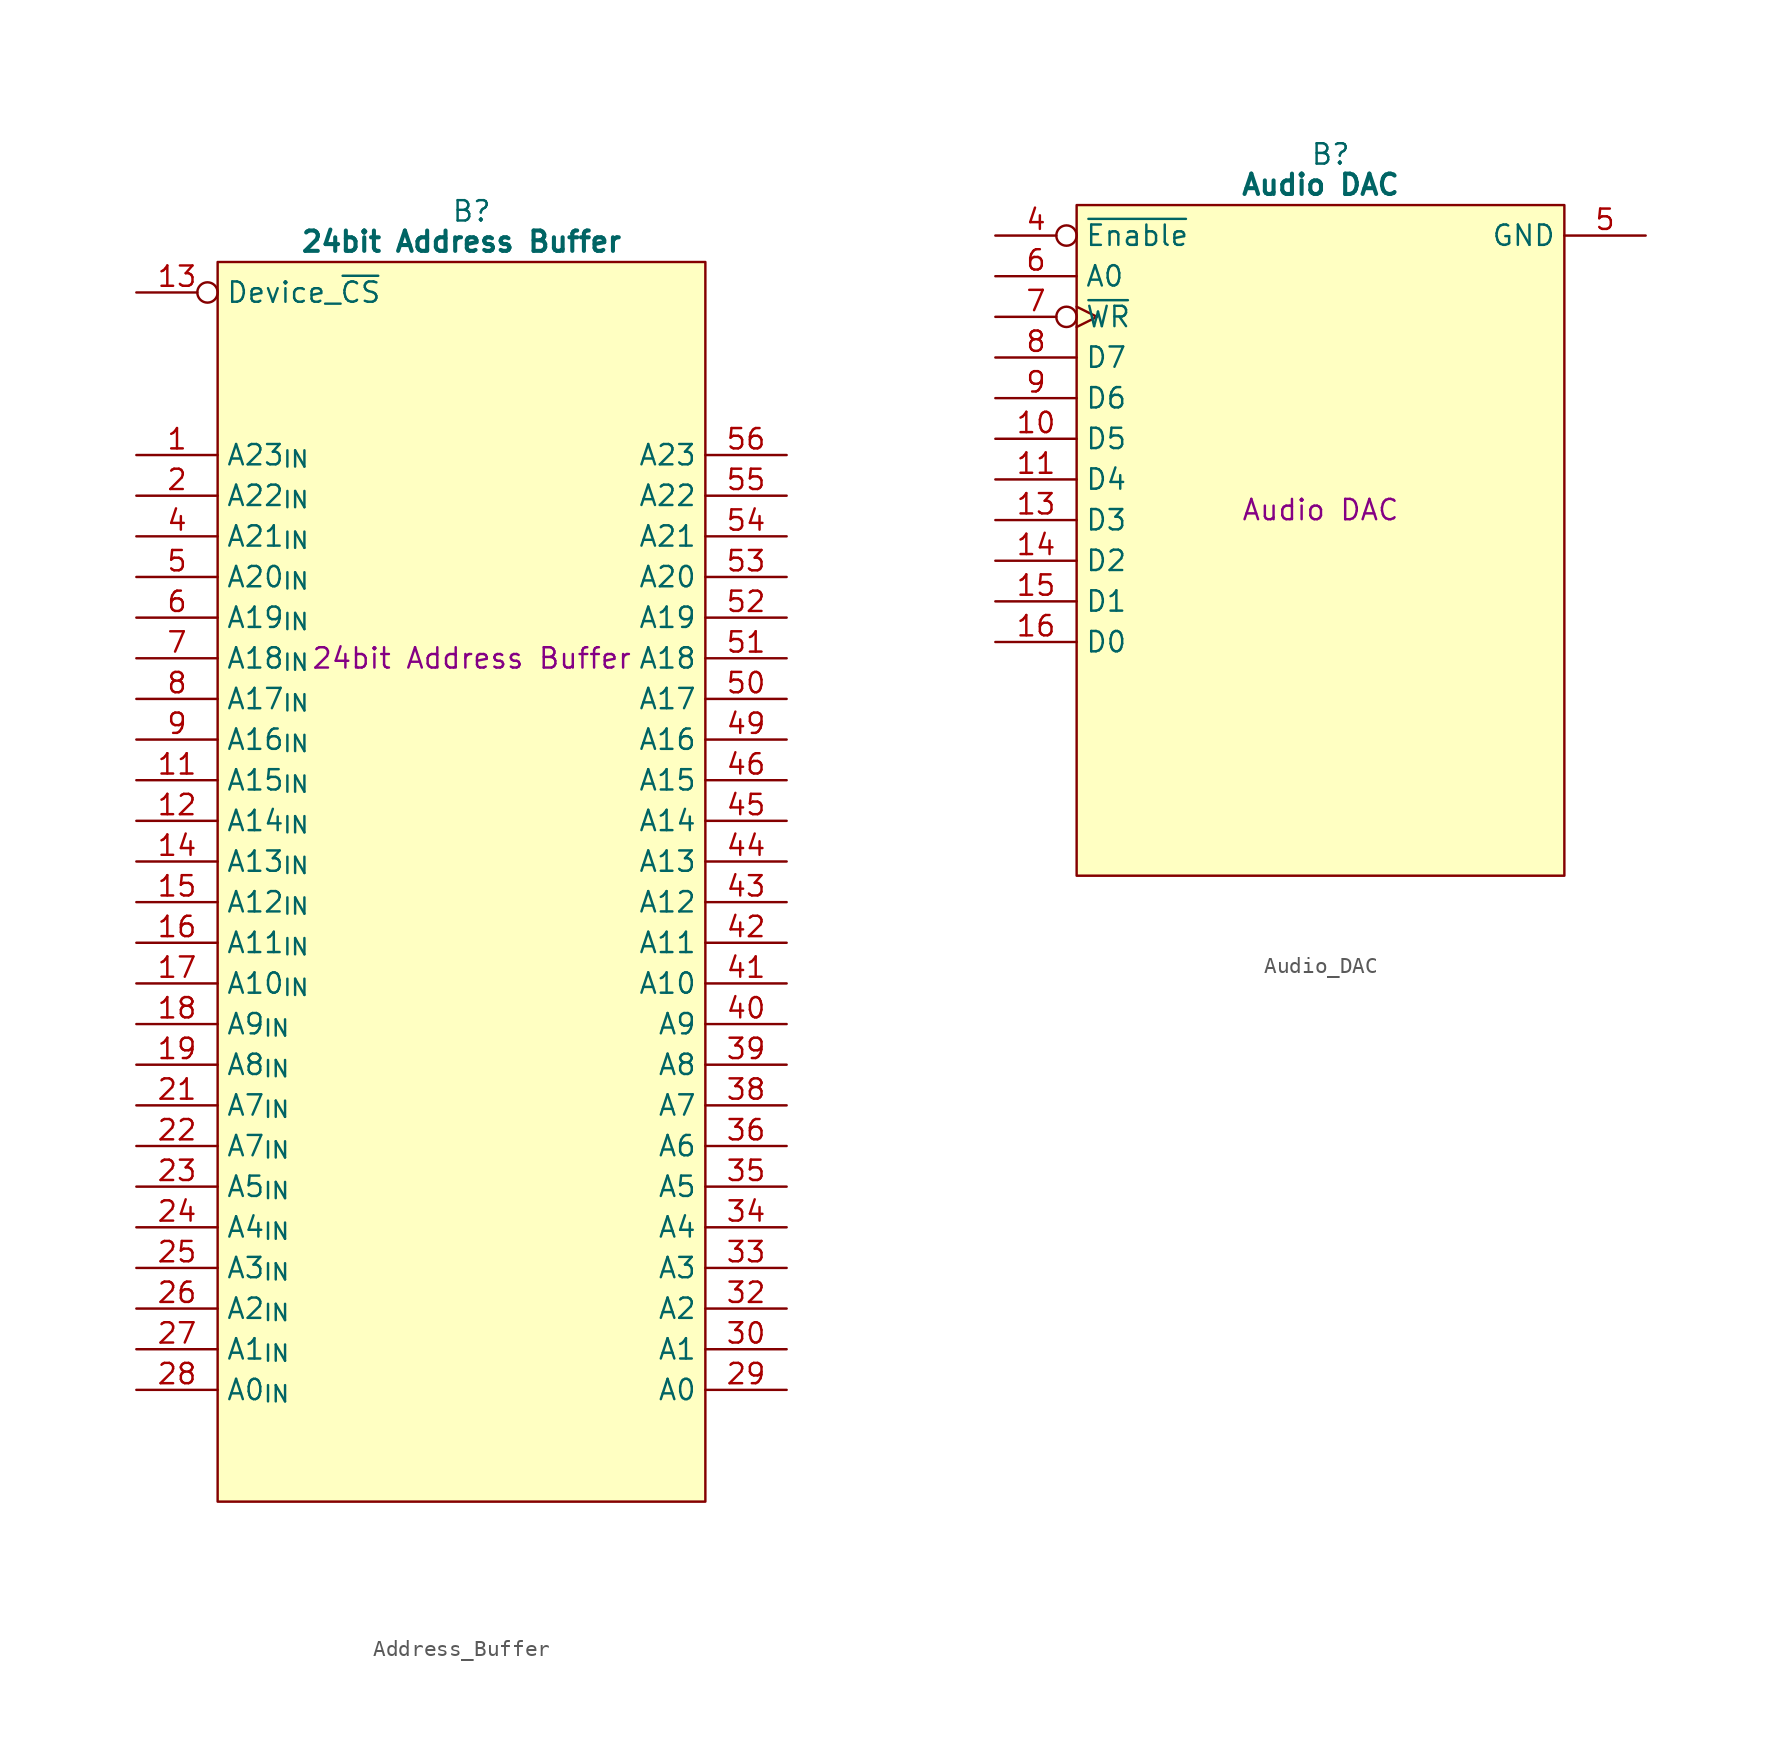
<source format=kicad_sym>
(kicad_symbol_lib
  (version 20220914)
  (generator kicad_symbol_editor)
  (symbol "Address_Buffer"
    (property "Reference" "B"
      (at 15.875 5.08 0)
      (effects (font (size 1.27 1.27))))
    (property "Value" "24bit Address Buffer"
      (at 15.24 3.175 0)
      (effects (font (size 1.27 1.27) bold)))
    (property "Description" "24bit Address Buffer"
      (at 15.875 -22.86 0)
      (effects (font (size 1.27 1.27))))
    (symbol "Address_Buffer_0_1"
      (polyline (pts (xy 0 1.905) (xy 30.48 1.905) (xy 30.48 -75.565) (xy 0 -75.565) (xy 0 1.905)) (stroke (width 0.152) (type default)) (fill (type background))))
    (symbol "Address_Buffer_1_0"
      (pin passive line (at 35.56 -5.08 180) (length 5.08) hide (name "GND" (effects (font (size 1.27 1.27)))) (number "37" (effects (font (size 1.27 1.27))))))
    (symbol "Address_Buffer_1_1"
      (pin input line (at -5.08 -10.16 0) (length 5.08) (name "A23_{IN}" (effects (font (size 1.27 1.27)))) (number "1" (effects (font (size 1.27 1.27)))))
      (pin passive line (at 35.56 0 180) (length 5.08) hide (name "GND" (effects (font (size 1.27 1.27)))) (number "10" (effects (font (size 1.27 1.27)))))
      (pin input line (at -5.08 -30.48 0) (length 5.08) (name "A15_{IN}" (effects (font (size 1.27 1.27)))) (number "11" (effects (font (size 1.27 1.27)))))
      (pin input line (at -5.08 -33.02 0) (length 5.08) (name "A14_{IN}" (effects (font (size 1.27 1.27)))) (number "12" (effects (font (size 1.27 1.27)))))
      (pin input inverted (at -5.08 0 0) (length 5.08) (name "Device_~{CS}" (effects (font (size 1.27 1.27)))) (number "13" (effects (font (size 1.27 1.27)))))
      (pin input line (at -5.08 -35.56 0) (length 5.08) (name "A13_{IN}" (effects (font (size 1.27 1.27)))) (number "14" (effects (font (size 1.27 1.27)))))
      (pin input line (at -5.08 -38.1 0) (length 5.08) (name "A12_{IN}" (effects (font (size 1.27 1.27)))) (number "15" (effects (font (size 1.27 1.27)))))
      (pin input line (at -5.08 -40.64 0) (length 5.08) (name "A11_{IN}" (effects (font (size 1.27 1.27)))) (number "16" (effects (font (size 1.27 1.27)))))
      (pin input line (at -5.08 -43.18 0) (length 5.08) (name "A10_{IN}" (effects (font (size 1.27 1.27)))) (number "17" (effects (font (size 1.27 1.27)))))
      (pin input line (at -5.08 -45.72 0) (length 5.08) (name "A9_{IN}" (effects (font (size 1.27 1.27)))) (number "18" (effects (font (size 1.27 1.27)))))
      (pin input line (at -5.08 -48.26 0) (length 5.08) (name "A8_{IN}" (effects (font (size 1.27 1.27)))) (number "19" (effects (font (size 1.27 1.27)))))
      (pin input line (at -5.08 -12.7 0) (length 5.08) (name "A22_{IN}" (effects (font (size 1.27 1.27)))) (number "2" (effects (font (size 1.27 1.27)))))
      (pin passive line (at 35.56 -2.54 180) (length 5.08) hide (name "GND" (effects (font (size 1.27 1.27)))) (number "20" (effects (font (size 1.27 1.27)))))
      (pin input line (at -5.08 -50.8 0) (length 5.08) (name "A7_{IN}" (effects (font (size 1.27 1.27)))) (number "21" (effects (font (size 1.27 1.27)))))
      (pin input line (at -5.08 -53.34 0) (length 5.08) (name "A7_{IN}" (effects (font (size 1.27 1.27)))) (number "22" (effects (font (size 1.27 1.27)))))
      (pin input line (at -5.08 -55.88 0) (length 5.08) (name "A5_{IN}" (effects (font (size 1.27 1.27)))) (number "23" (effects (font (size 1.27 1.27)))))
      (pin input line (at -5.08 -58.42 0) (length 5.08) (name "A4_{IN}" (effects (font (size 1.27 1.27)))) (number "24" (effects (font (size 1.27 1.27)))))
      (pin input line (at -5.08 -60.96 0) (length 5.08) (name "A3_{IN}" (effects (font (size 1.27 1.27)))) (number "25" (effects (font (size 1.27 1.27)))))
      (pin input line (at -5.08 -63.5 0) (length 5.08) (name "A2_{IN}" (effects (font (size 1.27 1.27)))) (number "26" (effects (font (size 1.27 1.27)))))
      (pin input line (at -5.08 -66.04 0) (length 5.08) (name "A1_{IN}" (effects (font (size 1.27 1.27)))) (number "27" (effects (font (size 1.27 1.27)))))
      (pin input line (at -5.08 -68.58 0) (length 5.08) (name "A0_{IN}" (effects (font (size 1.27 1.27)))) (number "28" (effects (font (size 1.27 1.27)))))
      (pin tri_state line (at 35.56 -68.58 180) (length 5.08) (name "A0" (effects (font (size 1.27 1.27)))) (number "29" (effects (font (size 1.27 1.27)))))
      (pin passive line (at -5.08 -71.12 0) (length 5.08) hide (name "5V" (effects (font (size 1.27 1.27)))) (number "3" (effects (font (size 1.27 1.27)))))
      (pin tri_state line (at 35.56 -66.04 180) (length 5.08) (name "A1" (effects (font (size 1.27 1.27)))) (number "30" (effects (font (size 1.27 1.27)))))
      (pin passive line (at -5.08 -73.66 0) (length 5.08) hide (name "5V" (effects (font (size 1.27 1.27)))) (number "31" (effects (font (size 1.27 1.27)))))
      (pin tri_state line (at 35.56 -63.5 180) (length 5.08) (name "A2" (effects (font (size 1.27 1.27)))) (number "32" (effects (font (size 1.27 1.27)))))
      (pin tri_state line (at 35.56 -60.96 180) (length 5.08) (name "A3" (effects (font (size 1.27 1.27)))) (number "33" (effects (font (size 1.27 1.27)))))
      (pin tri_state line (at 35.56 -58.42 180) (length 5.08) (name "A4" (effects (font (size 1.27 1.27)))) (number "34" (effects (font (size 1.27 1.27)))))
      (pin tri_state line (at 35.56 -55.88 180) (length 5.08) (name "A5" (effects (font (size 1.27 1.27)))) (number "35" (effects (font (size 1.27 1.27)))))
      (pin tri_state line (at 35.56 -53.34 180) (length 5.08) (name "A6" (effects (font (size 1.27 1.27)))) (number "36" (effects (font (size 1.27 1.27)))))
      (pin tri_state line (at 35.56 -50.8 180) (length 5.08) (name "A7" (effects (font (size 1.27 1.27)))) (number "38" (effects (font (size 1.27 1.27)))))
      (pin tri_state line (at 35.56 -48.26 180) (length 5.08) (name "A8" (effects (font (size 1.27 1.27)))) (number "39" (effects (font (size 1.27 1.27)))))
      (pin input line (at -5.08 -15.24 0) (length 5.08) (name "A21_{IN}" (effects (font (size 1.27 1.27)))) (number "4" (effects (font (size 1.27 1.27)))))
      (pin tri_state line (at 35.56 -45.72 180) (length 5.08) (name "A9" (effects (font (size 1.27 1.27)))) (number "40" (effects (font (size 1.27 1.27)))))
      (pin tri_state line (at 35.56 -43.18 180) (length 5.08) (name "A10" (effects (font (size 1.27 1.27)))) (number "41" (effects (font (size 1.27 1.27)))))
      (pin tri_state line (at 35.56 -40.64 180) (length 5.08) (name "A11" (effects (font (size 1.27 1.27)))) (number "42" (effects (font (size 1.27 1.27)))))
      (pin tri_state line (at 35.56 -38.1 180) (length 5.08) (name "A12" (effects (font (size 1.27 1.27)))) (number "43" (effects (font (size 1.27 1.27)))))
      (pin tri_state line (at 35.56 -35.56 180) (length 5.08) (name "A13" (effects (font (size 1.27 1.27)))) (number "44" (effects (font (size 1.27 1.27)))))
      (pin tri_state line (at 35.56 -33.02 180) (length 5.08) (name "A14" (effects (font (size 1.27 1.27)))) (number "45" (effects (font (size 1.27 1.27)))))
      (pin tri_state line (at 35.56 -30.48 180) (length 5.08) (name "A15" (effects (font (size 1.27 1.27)))) (number "46" (effects (font (size 1.27 1.27)))))
      (pin passive line (at 35.56 -7.62 180) (length 5.08) hide (name "GND" (effects (font (size 1.27 1.27)))) (number "47" (effects (font (size 1.27 1.27)))))
      (pin no_connect line (at 35.56 -73.66 180) (length 5.08) hide (name "N.C." (effects (font (size 1.27 1.27)))) (number "48" (effects (font (size 1.27 1.27)))))
      (pin tri_state line (at 35.56 -27.94 180) (length 5.08) (name "A16" (effects (font (size 1.27 1.27)))) (number "49" (effects (font (size 1.27 1.27)))))
      (pin input line (at -5.08 -17.78 0) (length 5.08) (name "A20_{IN}" (effects (font (size 1.27 1.27)))) (number "5" (effects (font (size 1.27 1.27)))))
      (pin tri_state line (at 35.56 -25.4 180) (length 5.08) (name "A17" (effects (font (size 1.27 1.27)))) (number "50" (effects (font (size 1.27 1.27)))))
      (pin tri_state line (at 35.56 -22.86 180) (length 5.08) (name "A18" (effects (font (size 1.27 1.27)))) (number "51" (effects (font (size 1.27 1.27)))))
      (pin tri_state line (at 35.56 -20.32 180) (length 5.08) (name "A19" (effects (font (size 1.27 1.27)))) (number "52" (effects (font (size 1.27 1.27)))))
      (pin tri_state line (at 35.56 -17.78 180) (length 5.08) (name "A20" (effects (font (size 1.27 1.27)))) (number "53" (effects (font (size 1.27 1.27)))))
      (pin tri_state line (at 35.56 -15.24 180) (length 5.08) (name "A21" (effects (font (size 1.27 1.27)))) (number "54" (effects (font (size 1.27 1.27)))))
      (pin tri_state line (at 35.56 -12.7 180) (length 5.08) (name "A22" (effects (font (size 1.27 1.27)))) (number "55" (effects (font (size 1.27 1.27)))))
      (pin tri_state line (at 35.56 -10.16 180) (length 5.08) (name "A23" (effects (font (size 1.27 1.27)))) (number "56" (effects (font (size 1.27 1.27)))))
      (pin input line (at -5.08 -20.32 0) (length 5.08) (name "A19_{IN}" (effects (font (size 1.27 1.27)))) (number "6" (effects (font (size 1.27 1.27)))))
      (pin input line (at -5.08 -22.86 0) (length 5.08) (name "A18_{IN}" (effects (font (size 1.27 1.27)))) (number "7" (effects (font (size 1.27 1.27)))))
      (pin input line (at -5.08 -25.4 0) (length 5.08) (name "A17_{IN}" (effects (font (size 1.27 1.27)))) (number "8" (effects (font (size 1.27 1.27)))))
      (pin input line (at -5.08 -27.94 0) (length 5.08) (name "A16_{IN}" (effects (font (size 1.27 1.27)))) (number "9" (effects (font (size 1.27 1.27)))))))
  (symbol "Audio_DAC"
    (property "Reference" "B"
      (at 15.875 5.08 0)
      (effects (font (size 1.27 1.27))))
    (property "Value" "Audio DAC"
      (at 15.24 3.175 0)
      (effects (font (size 1.27 1.27) bold)))
    (property "Description" "Audio DAC"
      (at 15.24 -17.145 0)
      (effects (font (size 1.27 1.27))))
    (symbol "Audio_DAC_0_1"
      (polyline (pts (xy 0 1.905) (xy 30.48 1.905) (xy 30.48 -40.005) (xy 0 -40.005) (xy 0 1.905)) (stroke (width 0.152) (type default)) (fill (type background))))
    (symbol "Audio_DAC_1_1"
      (pin passive line (at -5.08 -35.56 0) (length 5.08) hide (name "5V" (effects (font (size 1.27 1.27)))) (number "1" (effects (font (size 1.27 1.27)))))
      (pin input line (at -5.08 -12.7 0) (length 5.08) (name "D5" (effects (font (size 1.27 1.27)))) (number "10" (effects (font (size 1.27 1.27)))))
      (pin input line (at -5.08 -15.24 0) (length 5.08) (name "D4" (effects (font (size 1.27 1.27)))) (number "11" (effects (font (size 1.27 1.27)))))
      (pin passive line (at 35.56 -2.54 180) (length 5.08) hide (name "GND" (effects (font (size 1.27 1.27)))) (number "12" (effects (font (size 1.27 1.27)))))
      (pin input line (at -5.08 -17.78 0) (length 5.08) (name "D3" (effects (font (size 1.27 1.27)))) (number "13" (effects (font (size 1.27 1.27)))))
      (pin input line (at -5.08 -20.32 0) (length 5.08) (name "D2" (effects (font (size 1.27 1.27)))) (number "14" (effects (font (size 1.27 1.27)))))
      (pin input line (at -5.08 -22.86 0) (length 5.08) (name "D1" (effects (font (size 1.27 1.27)))) (number "15" (effects (font (size 1.27 1.27)))))
      (pin input line (at -5.08 -25.4 0) (length 5.08) (name "D0" (effects (font (size 1.27 1.27)))) (number "16" (effects (font (size 1.27 1.27)))))
      (pin passive line (at -5.08 -38.1 0) (length 5.08) hide (name "5V" (effects (font (size 1.27 1.27)))) (number "17" (effects (font (size 1.27 1.27)))))
      (pin no_connect line (at -5.08 -33.02 0) (length 5.08) hide (name "N.C." (effects (font (size 1.27 1.27)))) (number "18" (effects (font (size 1.27 1.27)))))
      (pin no_connect line (at 35.56 -10.16 180) (length 5.08) hide (name "N.C." (effects (font (size 1.27 1.27)))) (number "19" (effects (font (size 1.27 1.27)))))
      (pin no_connect line (at -5.08 -27.94 0) (length 5.08) hide (name "N.C." (effects (font (size 1.27 1.27)))) (number "2" (effects (font (size 1.27 1.27)))))
      (pin no_connect line (at 35.56 -12.7 180) (length 5.08) hide (name "N.C." (effects (font (size 1.27 1.27)))) (number "20" (effects (font (size 1.27 1.27)))))
      (pin passive line (at 35.56 -5.08 180) (length 5.08) hide (name "GND" (effects (font (size 1.27 1.27)))) (number "21" (effects (font (size 1.27 1.27)))))
      (pin no_connect line (at 35.56 -15.24 180) (length 5.08) hide (name "N.C." (effects (font (size 1.27 1.27)))) (number "22" (effects (font (size 1.27 1.27)))))
      (pin no_connect line (at 35.56 -17.78 180) (length 5.08) hide (name "N.C." (effects (font (size 1.27 1.27)))) (number "23" (effects (font (size 1.27 1.27)))))
      (pin no_connect line (at 35.56 -20.32 180) (length 5.08) hide (name "N.C." (effects (font (size 1.27 1.27)))) (number "24" (effects (font (size 1.27 1.27)))))
      (pin no_connect line (at 35.56 -22.86 180) (length 5.08) hide (name "N.C." (effects (font (size 1.27 1.27)))) (number "25" (effects (font (size 1.27 1.27)))))
      (pin no_connect line (at 35.56 -25.4 180) (length 5.08) hide (name "N.C." (effects (font (size 1.27 1.27)))) (number "26" (effects (font (size 1.27 1.27)))))
      (pin no_connect line (at 35.56 -27.94 180) (length 5.08) hide (name "N.C." (effects (font (size 1.27 1.27)))) (number "27" (effects (font (size 1.27 1.27)))))
      (pin passive line (at 35.56 -7.62 180) (length 5.08) hide (name "GND" (effects (font (size 1.27 1.27)))) (number "28" (effects (font (size 1.27 1.27)))))
      (pin no_connect line (at 35.56 -30.48 180) (length 5.08) hide (name "N.C." (effects (font (size 1.27 1.27)))) (number "29" (effects (font (size 1.27 1.27)))))
      (pin no_connect line (at -5.08 -30.48 0) (length 5.08) hide (name "N.C." (effects (font (size 1.27 1.27)))) (number "3" (effects (font (size 1.27 1.27)))))
      (pin no_connect line (at 35.56 -33.02 180) (length 5.08) hide (name "N.C." (effects (font (size 1.27 1.27)))) (number "30" (effects (font (size 1.27 1.27)))))
      (pin no_connect line (at 35.56 -35.56 180) (length 5.08) hide (name "N.C." (effects (font (size 1.27 1.27)))) (number "31" (effects (font (size 1.27 1.27)))))
      (pin no_connect line (at 35.56 -38.1 180) (length 5.08) hide (name "N.C." (effects (font (size 1.27 1.27)))) (number "32" (effects (font (size 1.27 1.27)))))
      (pin input inverted (at -5.08 0 0) (length 5.08) (name "~{Enable}" (effects (font (size 1.27 1.27)))) (number "4" (effects (font (size 1.27 1.27)))))
      (pin passive line (at 35.56 0 180) (length 5.08) (name "GND" (effects (font (size 1.27 1.27)))) (number "5" (effects (font (size 1.27 1.27)))))
      (pin input line (at -5.08 -2.54 0) (length 5.08) (name "A0" (effects (font (size 1.27 1.27)))) (number "6" (effects (font (size 1.27 1.27)))))
      (pin input inverted_clock (at -5.08 -5.08 0) (length 5.08) (name "~{WR}" (effects (font (size 1.27 1.27)))) (number "7" (effects (font (size 1.27 1.27)))))
      (pin input line (at -5.08 -7.62 0) (length 5.08) (name "D7" (effects (font (size 1.27 1.27)))) (number "8" (effects (font (size 1.27 1.27)))))
      (pin input line (at -5.08 -10.16 0) (length 5.08) (name "D6" (effects (font (size 1.27 1.27)))) (number "9" (effects (font (size 1.27 1.27))))))))
</source>
